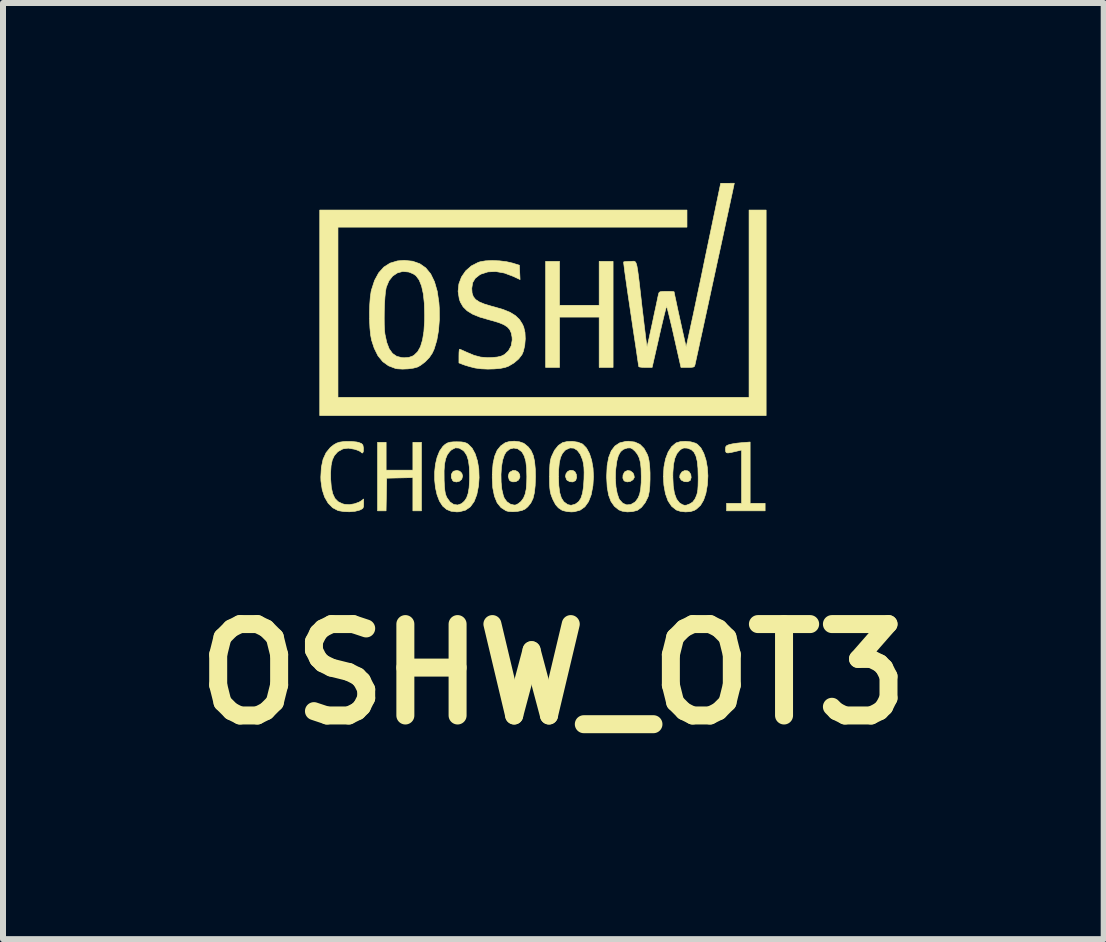
<source format=kicad_pcb>
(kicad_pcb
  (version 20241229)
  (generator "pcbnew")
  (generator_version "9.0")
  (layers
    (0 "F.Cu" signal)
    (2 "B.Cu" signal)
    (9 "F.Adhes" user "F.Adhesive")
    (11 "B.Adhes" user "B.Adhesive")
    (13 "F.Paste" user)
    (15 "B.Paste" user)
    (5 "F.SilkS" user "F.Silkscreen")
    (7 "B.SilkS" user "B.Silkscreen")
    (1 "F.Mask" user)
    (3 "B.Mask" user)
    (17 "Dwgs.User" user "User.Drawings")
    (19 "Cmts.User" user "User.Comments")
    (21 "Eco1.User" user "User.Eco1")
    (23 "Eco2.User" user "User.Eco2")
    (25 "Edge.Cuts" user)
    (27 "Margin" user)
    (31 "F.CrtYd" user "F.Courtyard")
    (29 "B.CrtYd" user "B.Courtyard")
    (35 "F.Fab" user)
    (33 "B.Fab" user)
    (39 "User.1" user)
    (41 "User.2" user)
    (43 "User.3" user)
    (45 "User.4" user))
  (footprint "OSHW_OT3"
    (layer "F.Cu")
    (at 5.976 2.79)
    (property "Reference" "OSHW_OT3" (at 0.2 5.4 0) (layer "F.SilkS") (effects (font (size 1.524 1.524) (thickness 0.3))))
    (attr through_hole)
    (fp_poly (pts (xy 2.428 -2.053) (xy -3.391 -2.053) (xy -3.391 0.785) (xy 3.463 0.785) (xy 3.463 -2.338) (xy 3.748 -2.338) (xy 3.748 1.089) (xy -3.695 1.089) (xy -3.695 -2.338) (xy 2.428 -2.338) (xy 2.428 -2.053)) (stroke (width 0.01) (type solid)) (fill yes) (layer "F.SilkS"))
    (fp_poly (pts (xy 0.303 -0.75) (xy 0.964 -0.75) (xy 0.964 -1.482) (xy 1.196 -1.482) (xy 1.196 0.286) (xy 0.964 0.286) (xy 0.964 -0.553) (xy 0.303 -0.553) (xy 0.303 0.286) (xy 0.071 0.286) (xy 0.071 -1.482) (xy 0.303 -1.482) (xy 0.303 -0.75)) (stroke (width 0.01) (type solid)) (fill yes) (layer "F.SilkS"))
    (fp_poly (pts (xy -2.588 1.999) (xy -2.142 1.999) (xy -2.142 1.535) (xy -1.999 1.535) (xy -1.999 2.677) (xy -2.142 2.677) (xy -2.142 2.123) (xy -2.361 2.128) (xy -2.579 2.133) (xy -2.584 2.405) (xy -2.589 2.677) (xy -2.731 2.677) (xy -2.731 1.535) (xy -2.588 1.535) (xy -2.588 1.999)) (stroke (width 0.01) (type solid)) (fill yes) (layer "F.SilkS"))
    (fp_poly (pts (xy -1.36 2.017) (xy -1.326 2.051) (xy -1.313 2.097) (xy -1.327 2.149) (xy -1.33 2.153) (xy -1.367 2.184) (xy -1.415 2.196) (xy -1.46 2.187) (xy -1.478 2.173) (xy -1.501 2.123) (xy -1.501 2.07) (xy -1.477 2.028) (xy -1.462 2.016) (xy -1.408 2.003) (xy -1.36 2.017)) (stroke (width 0.01) (type solid)) (fill yes) (layer "F.SilkS"))
    (fp_poly (pts (xy -0.427 2.007) (xy -0.387 2.031) (xy -0.362 2.07) (xy -0.357 2.115) (xy -0.379 2.161) (xy -0.385 2.167) (xy -0.427 2.191) (xy -0.477 2.194) (xy -0.52 2.178) (xy -0.535 2.161) (xy -0.552 2.1) (xy -0.537 2.047) (xy -0.521 2.029) (xy -0.474 2.004) (xy -0.427 2.007)) (stroke (width 0.01) (type solid)) (fill yes) (layer "F.SilkS"))
    (fp_poly (pts (xy 0.528 2.005) (xy 0.561 2.027) (xy 0.583 2.069) (xy 0.588 2.121) (xy 0.574 2.166) (xy 0.568 2.174) (xy 0.525 2.195) (xy 0.474 2.191) (xy 0.429 2.166) (xy 0.419 2.153) (xy 0.402 2.103) (xy 0.412 2.056) (xy 0.441 2.02) (xy 0.482 2.001) (xy 0.528 2.005)) (stroke (width 0.01) (type solid)) (fill yes) (layer "F.SilkS"))
    (fp_poly (pts (xy 1.487 2.013) (xy 1.528 2.046) (xy 1.542 2.075) (xy 1.55 2.119) (xy 1.53 2.155) (xy 1.527 2.159) (xy 1.483 2.187) (xy 1.431 2.195) (xy 1.385 2.18) (xy 1.378 2.174) (xy 1.359 2.132) (xy 1.362 2.08) (xy 1.385 2.033) (xy 1.393 2.025) (xy 1.439 2.004) (xy 1.487 2.013)) (stroke (width 0.01) (type solid)) (fill yes) (layer "F.SilkS"))
    (fp_poly (pts (xy 2.438 2.01) (xy 2.463 2.025) (xy 2.491 2.069) (xy 2.498 2.121) (xy 2.484 2.167) (xy 2.478 2.174) (xy 2.436 2.193) (xy 2.384 2.19) (xy 2.337 2.167) (xy 2.329 2.159) (xy 2.307 2.122) (xy 2.311 2.08) (xy 2.313 2.075) (xy 2.344 2.028) (xy 2.389 2.006) (xy 2.438 2.01)) (stroke (width 0.01) (type solid)) (fill yes) (layer "F.SilkS"))
    (fp_poly (pts (xy 3.481 2.552) (xy 3.731 2.552) (xy 3.731 2.677) (xy 3.088 2.677) (xy 3.088 2.552) (xy 3.338 2.552) (xy 3.338 1.663) (xy 3.235 1.688) (xy 3.159 1.705) (xy 3.111 1.712) (xy 3.084 1.707) (xy 3.073 1.688) (xy 3.07 1.655) (xy 3.07 1.652) (xy 3.074 1.61) (xy 3.092 1.588) (xy 3.134 1.572) (xy 3.137 1.571) (xy 3.189 1.56) (xy 3.261 1.549) (xy 3.338 1.541) (xy 3.342 1.541) (xy 3.481 1.53) (xy 3.481 2.552)) (stroke (width 0.01) (type solid)) (fill yes) (layer "F.SilkS"))
    (fp_poly (pts (xy -3.16 1.521) (xy -3.081 1.529) (xy -3.043 1.538) (xy -2.998 1.556) (xy -2.976 1.579) (xy -2.968 1.62) (xy -2.966 1.638) (xy -2.968 1.688) (xy -2.979 1.713) (xy -2.998 1.709) (xy -3.008 1.696) (xy -3.03 1.682) (xy -3.075 1.663) (xy -3.115 1.65) (xy -3.219 1.632) (xy -3.308 1.644) (xy -3.387 1.687) (xy -3.402 1.7) (xy -3.452 1.757) (xy -3.486 1.829) (xy -3.506 1.924) (xy -3.514 2.044) (xy -3.513 2.148) (xy -3.502 2.285) (xy -3.479 2.391) (xy -3.442 2.47) (xy -3.388 2.525) (xy -3.317 2.559) (xy -3.279 2.569) (xy -3.202 2.574) (xy -3.117 2.56) (xy -3.041 2.533) (xy -3.012 2.516) (xy -2.963 2.48) (xy -2.963 2.559) (xy -2.965 2.609) (xy -2.978 2.637) (xy -3.011 2.657) (xy -3.035 2.667) (xy -3.108 2.685) (xy -3.2 2.693) (xy -3.296 2.689) (xy -3.38 2.675) (xy -3.391 2.672) (xy -3.48 2.625) (xy -3.555 2.549) (xy -3.614 2.447) (xy -3.654 2.323) (xy -3.675 2.18) (xy -3.677 2.114) (xy -3.668 1.952) (xy -3.639 1.817) (xy -3.589 1.708) (xy -3.518 1.621) (xy -3.461 1.576) (xy -3.412 1.548) (xy -3.363 1.532) (xy -3.3 1.523) (xy -3.25 1.52) (xy -3.16 1.521)) (stroke (width 0.01) (type solid)) (fill yes) (layer "F.SilkS"))
    (fp_poly (pts (xy -0.366 1.526) (xy -0.296 1.55) (xy -0.284 1.558) (xy -0.219 1.611) (xy -0.17 1.675) (xy -0.135 1.754) (xy -0.113 1.853) (xy -0.101 1.979) (xy -0.098 2.106) (xy -0.103 2.256) (xy -0.116 2.375) (xy -0.139 2.471) (xy -0.176 2.547) (xy -0.226 2.609) (xy -0.272 2.648) (xy -0.324 2.671) (xy -0.396 2.686) (xy -0.476 2.692) (xy -0.549 2.687) (xy -0.589 2.676) (xy -0.672 2.623) (xy -0.737 2.543) (xy -0.782 2.433) (xy -0.81 2.294) (xy -0.819 2.125) (xy -0.818 2.069) (xy -0.673 2.069) (xy -0.671 2.197) (xy -0.659 2.318) (xy -0.635 2.42) (xy -0.618 2.466) (xy -0.575 2.525) (xy -0.517 2.565) (xy -0.454 2.581) (xy -0.428 2.579) (xy -0.387 2.559) (xy -0.343 2.524) (xy -0.336 2.517) (xy -0.297 2.464) (xy -0.27 2.398) (xy -0.252 2.313) (xy -0.244 2.202) (xy -0.242 2.106) (xy -0.246 1.963) (xy -0.259 1.851) (xy -0.284 1.765) (xy -0.319 1.702) (xy -0.331 1.688) (xy -0.393 1.643) (xy -0.461 1.63) (xy -0.527 1.647) (xy -0.585 1.694) (xy -0.616 1.743) (xy -0.646 1.832) (xy -0.665 1.944) (xy -0.673 2.069) (xy -0.818 2.069) (xy -0.818 2.042) (xy -0.805 1.888) (xy -0.778 1.765) (xy -0.737 1.668) (xy -0.678 1.595) (xy -0.603 1.542) (xy -0.535 1.522) (xy -0.451 1.516) (xy -0.366 1.526)) (stroke (width 0.01) (type solid)) (fill yes) (layer "F.SilkS"))
    (fp_poly (pts (xy -1.335 1.528) (xy -1.283 1.536) (xy -1.243 1.551) (xy -1.218 1.568) (xy -1.154 1.633) (xy -1.103 1.727) (xy -1.066 1.844) (xy -1.043 1.978) (xy -1.038 2.124) (xy -1.047 2.258) (xy -1.076 2.406) (xy -1.121 2.523) (xy -1.184 2.61) (xy -1.265 2.666) (xy -1.364 2.692) (xy -1.41 2.695) (xy -1.505 2.684) (xy -1.579 2.654) (xy -1.645 2.598) (xy -1.699 2.514) (xy -1.739 2.409) (xy -1.766 2.289) (xy -1.779 2.161) (xy -1.779 2.029) (xy -1.777 2.009) (xy -1.622 2.009) (xy -1.621 2.149) (xy -1.621 2.168) (xy -1.616 2.267) (xy -1.609 2.339) (xy -1.6 2.392) (xy -1.585 2.435) (xy -1.574 2.458) (xy -1.522 2.53) (xy -1.461 2.571) (xy -1.395 2.58) (xy -1.33 2.557) (xy -1.282 2.514) (xy -1.246 2.46) (xy -1.221 2.388) (xy -1.205 2.295) (xy -1.197 2.176) (xy -1.196 2.091) (xy -1.201 1.949) (xy -1.216 1.838) (xy -1.243 1.753) (xy -1.283 1.691) (xy -1.305 1.67) (xy -1.371 1.631) (xy -1.434 1.627) (xy -1.497 1.659) (xy -1.527 1.687) (xy -1.568 1.741) (xy -1.596 1.81) (xy -1.614 1.897) (xy -1.622 2.009) (xy -1.777 2.009) (xy -1.766 1.902) (xy -1.738 1.784) (xy -1.697 1.682) (xy -1.641 1.602) (xy -1.604 1.569) (xy -1.566 1.546) (xy -1.524 1.533) (xy -1.468 1.527) (xy -1.41 1.526) (xy -1.335 1.528)) (stroke (width 0.01) (type solid)) (fill yes) (layer "F.SilkS"))
    (fp_poly (pts (xy 1.558 1.53) (xy 1.644 1.569) (xy 1.712 1.637) (xy 1.766 1.736) (xy 1.779 1.771) (xy 1.795 1.84) (xy 1.806 1.934) (xy 1.812 2.042) (xy 1.812 2.156) (xy 1.808 2.265) (xy 1.798 2.36) (xy 1.783 2.432) (xy 1.779 2.444) (xy 1.731 2.541) (xy 1.67 2.618) (xy 1.604 2.667) (xy 1.596 2.67) (xy 1.519 2.69) (xy 1.432 2.695) (xy 1.349 2.683) (xy 1.292 2.661) (xy 1.218 2.601) (xy 1.161 2.52) (xy 1.122 2.416) (xy 1.098 2.284) (xy 1.091 2.156) (xy 1.235 2.156) (xy 1.244 2.278) (xy 1.264 2.385) (xy 1.292 2.47) (xy 1.305 2.493) (xy 1.358 2.551) (xy 1.423 2.578) (xy 1.491 2.572) (xy 1.557 2.534) (xy 1.574 2.517) (xy 1.612 2.465) (xy 1.639 2.4) (xy 1.656 2.315) (xy 1.665 2.206) (xy 1.666 2.106) (xy 1.663 1.976) (xy 1.653 1.875) (xy 1.633 1.797) (xy 1.603 1.735) (xy 1.562 1.683) (xy 1.56 1.681) (xy 1.518 1.644) (xy 1.485 1.628) (xy 1.444 1.629) (xy 1.432 1.63) (xy 1.369 1.651) (xy 1.321 1.691) (xy 1.284 1.756) (xy 1.259 1.847) (xy 1.242 1.969) (xy 1.237 2.027) (xy 1.235 2.156) (xy 1.091 2.156) (xy 1.089 2.124) (xy 1.089 2.095) (xy 1.097 1.925) (xy 1.123 1.786) (xy 1.166 1.676) (xy 1.227 1.596) (xy 1.306 1.544) (xy 1.405 1.52) (xy 1.451 1.517) (xy 1.558 1.53)) (stroke (width 0.01) (type solid)) (fill yes) (layer "F.SilkS"))
    (fp_poly (pts (xy 2.492 1.527) (xy 2.569 1.549) (xy 2.601 1.567) (xy 2.66 1.628) (xy 2.708 1.718) (xy 2.745 1.83) (xy 2.768 1.957) (xy 2.777 2.094) (xy 2.769 2.235) (xy 2.768 2.245) (xy 2.743 2.387) (xy 2.705 2.499) (xy 2.654 2.585) (xy 2.587 2.647) (xy 2.549 2.67) (xy 2.484 2.69) (xy 2.402 2.695) (xy 2.319 2.686) (xy 2.25 2.663) (xy 2.249 2.662) (xy 2.173 2.602) (xy 2.112 2.511) (xy 2.069 2.392) (xy 2.043 2.248) (xy 2.035 2.106) (xy 2.192 2.106) (xy 2.199 2.263) (xy 2.219 2.387) (xy 2.254 2.481) (xy 2.304 2.545) (xy 2.356 2.576) (xy 2.388 2.585) (xy 2.417 2.583) (xy 2.458 2.568) (xy 2.473 2.562) (xy 2.522 2.532) (xy 2.56 2.482) (xy 2.575 2.45) (xy 2.591 2.411) (xy 2.602 2.371) (xy 2.609 2.323) (xy 2.613 2.257) (xy 2.615 2.167) (xy 2.615 2.115) (xy 2.611 1.967) (xy 2.599 1.85) (xy 2.577 1.762) (xy 2.545 1.699) (xy 2.5 1.657) (xy 2.441 1.634) (xy 2.424 1.631) (xy 2.375 1.629) (xy 2.332 1.648) (xy 2.306 1.669) (xy 2.259 1.725) (xy 2.225 1.803) (xy 2.203 1.906) (xy 2.193 2.039) (xy 2.192 2.106) (xy 2.035 2.106) (xy 2.035 2.101) (xy 2.044 1.946) (xy 2.071 1.81) (xy 2.115 1.695) (xy 2.173 1.606) (xy 2.245 1.546) (xy 2.251 1.543) (xy 2.319 1.523) (xy 2.404 1.518) (xy 2.492 1.527)) (stroke (width 0.01) (type solid)) (fill yes) (layer "F.SilkS"))
    (fp_poly (pts (xy 0.606 1.532) (xy 0.678 1.559) (xy 0.691 1.567) (xy 0.752 1.63) (xy 0.802 1.722) (xy 0.839 1.836) (xy 0.862 1.967) (xy 0.869 2.109) (xy 0.86 2.255) (xy 0.859 2.262) (xy 0.831 2.409) (xy 0.786 2.525) (xy 0.725 2.61) (xy 0.646 2.666) (xy 0.55 2.692) (xy 0.498 2.695) (xy 0.43 2.689) (xy 0.367 2.675) (xy 0.343 2.666) (xy 0.284 2.627) (xy 0.237 2.573) (xy 0.195 2.494) (xy 0.176 2.448) (xy 0.159 2.401) (xy 0.148 2.353) (xy 0.141 2.297) (xy 0.137 2.224) (xy 0.136 2.126) (xy 0.136 2.106) (xy 0.286 2.106) (xy 0.291 2.256) (xy 0.306 2.373) (xy 0.333 2.461) (xy 0.371 2.521) (xy 0.379 2.529) (xy 0.439 2.573) (xy 0.495 2.585) (xy 0.556 2.569) (xy 0.574 2.56) (xy 0.623 2.523) (xy 0.66 2.466) (xy 0.686 2.385) (xy 0.703 2.277) (xy 0.711 2.148) (xy 0.713 2.037) (xy 0.71 1.953) (xy 0.701 1.885) (xy 0.688 1.829) (xy 0.649 1.734) (xy 0.599 1.668) (xy 0.541 1.632) (xy 0.477 1.628) (xy 0.411 1.658) (xy 0.394 1.67) (xy 0.351 1.72) (xy 0.319 1.788) (xy 0.299 1.878) (xy 0.288 1.996) (xy 0.286 2.106) (xy 0.136 2.106) (xy 0.138 1.993) (xy 0.142 1.908) (xy 0.15 1.843) (xy 0.163 1.791) (xy 0.168 1.776) (xy 0.219 1.668) (xy 0.283 1.588) (xy 0.354 1.54) (xy 0.43 1.522) (xy 0.519 1.519) (xy 0.606 1.532)) (stroke (width 0.01) (type solid)) (fill yes) (layer "F.SilkS"))
    (fp_poly (pts (xy -2.147 -1.485) (xy -2.027 -1.443) (xy -1.927 -1.373) (xy -1.845 -1.273) (xy -1.782 -1.143) (xy -1.736 -0.984) (xy -1.708 -0.794) (xy -1.702 -0.705) (xy -1.7 -0.515) (xy -1.714 -0.332) (xy -1.743 -0.166) (xy -1.787 -0.021) (xy -1.818 0.047) (xy -1.867 0.12) (xy -1.937 0.193) (xy -2.015 0.252) (xy -2.066 0.28) (xy -2.134 0.298) (xy -2.222 0.31) (xy -2.315 0.314) (xy -2.398 0.309) (xy -2.433 0.303) (xy -2.548 0.259) (xy -2.644 0.19) (xy -2.724 0.092) (xy -2.787 -0.035) (xy -2.831 -0.17) (xy -2.847 -0.256) (xy -2.858 -0.369) (xy -2.864 -0.498) (xy -2.864 -0.532) (xy -2.62 -0.532) (xy -2.619 -0.421) (xy -2.614 -0.326) (xy -2.608 -0.27) (xy -2.578 -0.131) (xy -2.537 -0.024) (xy -2.482 0.053) (xy -2.412 0.101) (xy -2.325 0.123) (xy -2.285 0.125) (xy -2.21 0.119) (xy -2.151 0.099) (xy -2.122 0.082) (xy -2.062 0.024) (xy -2.015 -0.06) (xy -1.981 -0.173) (xy -1.958 -0.315) (xy -1.947 -0.489) (xy -1.946 -0.586) (xy -1.951 -0.78) (xy -1.968 -0.941) (xy -1.997 -1.071) (xy -2.037 -1.171) (xy -2.09 -1.243) (xy -2.094 -1.246) (xy -2.136 -1.274) (xy -2.193 -1.298) (xy -2.214 -1.305) (xy -2.311 -1.314) (xy -2.4 -1.29) (xy -2.479 -1.237) (xy -2.541 -1.158) (xy -2.584 -1.055) (xy -2.588 -1.04) (xy -2.599 -0.975) (xy -2.608 -0.882) (xy -2.615 -0.772) (xy -2.619 -0.652) (xy -2.62 -0.532) (xy -2.864 -0.532) (xy -2.865 -0.633) (xy -2.861 -0.766) (xy -2.852 -0.886) (xy -2.838 -0.983) (xy -2.832 -1.007) (xy -2.781 -1.164) (xy -2.712 -1.291) (xy -2.626 -1.387) (xy -2.522 -1.453) (xy -2.398 -1.49) (xy -2.286 -1.499) (xy -2.147 -1.485)) (stroke (width 0.01) (type solid)) (fill yes) (layer "F.SilkS"))
    (fp_poly (pts (xy -0.697 -1.491) (xy -0.578 -1.476) (xy -0.474 -1.452) (xy -0.473 -1.451) (xy -0.366 -1.418) (xy -0.361 -1.298) (xy -0.355 -1.179) (xy -0.468 -1.232) (xy -0.618 -1.288) (xy -0.76 -1.313) (xy -0.89 -1.307) (xy -1.006 -1.27) (xy -1.031 -1.256) (xy -1.103 -1.199) (xy -1.145 -1.128) (xy -1.16 -1.035) (xy -1.16 -1.026) (xy -1.155 -0.954) (xy -1.135 -0.895) (xy -1.097 -0.847) (xy -1.037 -0.807) (xy -0.951 -0.771) (xy -0.835 -0.736) (xy -0.786 -0.723) (xy -0.638 -0.68) (xy -0.522 -0.633) (xy -0.433 -0.578) (xy -0.365 -0.513) (xy -0.315 -0.434) (xy -0.294 -0.386) (xy -0.273 -0.297) (xy -0.268 -0.19) (xy -0.277 -0.081) (xy -0.3 0.018) (xy -0.323 0.072) (xy -0.378 0.144) (xy -0.456 0.211) (xy -0.547 0.265) (xy -0.604 0.286) (xy -0.683 0.302) (xy -0.784 0.311) (xy -0.894 0.314) (xy -1.002 0.309) (xy -1.094 0.297) (xy -1.107 0.295) (xy -1.182 0.276) (xy -1.255 0.255) (xy -1.299 0.24) (xy -1.374 0.211) (xy -1.374 0.097) (xy -1.373 0.038) (xy -1.369 -0.003) (xy -1.364 -0.018) (xy -1.343 -0.011) (xy -1.3 0.008) (xy -1.243 0.034) (xy -1.243 0.034) (xy -1.121 0.085) (xy -1.011 0.114) (xy -0.896 0.123) (xy -0.823 0.121) (xy -0.735 0.113) (xy -0.67 0.098) (xy -0.618 0.073) (xy -0.616 0.072) (xy -0.548 0.009) (xy -0.503 -0.074) (xy -0.486 -0.171) (xy -0.488 -0.216) (xy -0.501 -0.287) (xy -0.527 -0.344) (xy -0.568 -0.39) (xy -0.63 -0.429) (xy -0.717 -0.464) (xy -0.834 -0.498) (xy -0.874 -0.509) (xy -1.026 -0.553) (xy -1.146 -0.602) (xy -1.237 -0.658) (xy -1.304 -0.724) (xy -1.35 -0.803) (xy -1.368 -0.854) (xy -1.388 -0.982) (xy -1.375 -1.106) (xy -1.332 -1.221) (xy -1.262 -1.323) (xy -1.168 -1.406) (xy -1.053 -1.465) (xy -1.022 -1.475) (xy -0.931 -1.491) (xy -0.819 -1.496) (xy -0.697 -1.491)) (stroke (width 0.01) (type solid)) (fill yes) (layer "F.SilkS"))
    (fp_poly (pts (xy 3.207 -2.735) (xy 3.201 -2.708) (xy 3.189 -2.65) (xy 3.17 -2.563) (xy 3.146 -2.451) (xy 3.117 -2.317) (xy 3.084 -2.165) (xy 3.048 -1.997) (xy 3.009 -1.816) (xy 2.968 -1.627) (xy 2.925 -1.431) (xy 2.882 -1.232) (xy 2.839 -1.034) (xy 2.797 -0.839) (xy 2.756 -0.65) (xy 2.717 -0.471) (xy 2.681 -0.305) (xy 2.648 -0.155) (xy 2.62 -0.024) (xy 2.596 0.085) (xy 2.578 0.168) (xy 2.566 0.223) (xy 2.561 0.245) (xy 2.553 0.268) (xy 2.534 0.28) (xy 2.496 0.285) (xy 2.44 0.286) (xy 2.328 0.286) (xy 2.213 -0.223) (xy 2.184 -0.352) (xy 2.156 -0.469) (xy 2.132 -0.57) (xy 2.112 -0.65) (xy 2.098 -0.705) (xy 2.089 -0.731) (xy 2.088 -0.732) (xy 2.082 -0.715) (xy 2.069 -0.668) (xy 2.05 -0.594) (xy 2.027 -0.499) (xy 2 -0.386) (xy 1.971 -0.26) (xy 1.963 -0.223) (xy 1.847 0.286) (xy 1.736 0.286) (xy 1.678 0.284) (xy 1.637 0.279) (xy 1.624 0.272) (xy 1.621 0.252) (xy 1.613 0.201) (xy 1.601 0.121) (xy 1.586 0.016) (xy 1.567 -0.111) (xy 1.545 -0.255) (xy 1.521 -0.414) (xy 1.496 -0.585) (xy 1.493 -0.603) (xy 1.468 -0.774) (xy 1.444 -0.934) (xy 1.423 -1.08) (xy 1.405 -1.207) (xy 1.39 -1.314) (xy 1.38 -1.396) (xy 1.373 -1.45) (xy 1.372 -1.473) (xy 1.372 -1.473) (xy 1.393 -1.478) (xy 1.439 -1.481) (xy 1.483 -1.482) (xy 1.509 -1.483) (xy 1.53 -1.485) (xy 1.548 -1.484) (xy 1.562 -1.478) (xy 1.574 -1.464) (xy 1.585 -1.438) (xy 1.595 -1.398) (xy 1.605 -1.339) (xy 1.616 -1.261) (xy 1.629 -1.158) (xy 1.644 -1.029) (xy 1.662 -0.87) (xy 1.68 -0.71) (xy 1.698 -0.562) (xy 1.714 -0.426) (xy 1.729 -0.305) (xy 1.741 -0.205) (xy 1.751 -0.128) (xy 1.759 -0.079) (xy 1.762 -0.061) (xy 1.762 -0.061) (xy 1.768 -0.079) (xy 1.779 -0.128) (xy 1.796 -0.201) (xy 1.816 -0.295) (xy 1.84 -0.405) (xy 1.857 -0.484) (xy 1.882 -0.604) (xy 1.906 -0.713) (xy 1.926 -0.807) (xy 1.941 -0.881) (xy 1.952 -0.928) (xy 1.955 -0.942) (xy 1.963 -0.963) (xy 1.98 -0.975) (xy 2.014 -0.98) (xy 2.075 -0.982) (xy 2.089 -0.982) (xy 2.15 -0.981) (xy 2.195 -0.979) (xy 2.213 -0.975) (xy 2.213 -0.975) (xy 2.217 -0.954) (xy 2.227 -0.903) (xy 2.243 -0.83) (xy 2.262 -0.74) (xy 2.284 -0.637) (xy 2.308 -0.529) (xy 2.332 -0.42) (xy 2.355 -0.316) (xy 2.376 -0.223) (xy 2.393 -0.146) (xy 2.406 -0.091) (xy 2.413 -0.063) (xy 2.414 -0.061) (xy 2.419 -0.077) (xy 2.43 -0.125) (xy 2.447 -0.203) (xy 2.47 -0.308) (xy 2.498 -0.438) (xy 2.531 -0.589) (xy 2.567 -0.759) (xy 2.606 -0.946) (xy 2.649 -1.147) (xy 2.693 -1.359) (xy 2.705 -1.419) (xy 2.99 -2.784) (xy 3.104 -2.784) (xy 3.217 -2.785) (xy 3.207 -2.735)) (stroke (width 0.01) (type solid)) (fill yes) (layer "F.SilkS")))
  (gr_rect
    (start -3 -3)
    (end 15.352 12.608)
    (stroke (width 0.1) (type default))
    (fill no)
    (layer "Edge.Cuts")))
</source>
